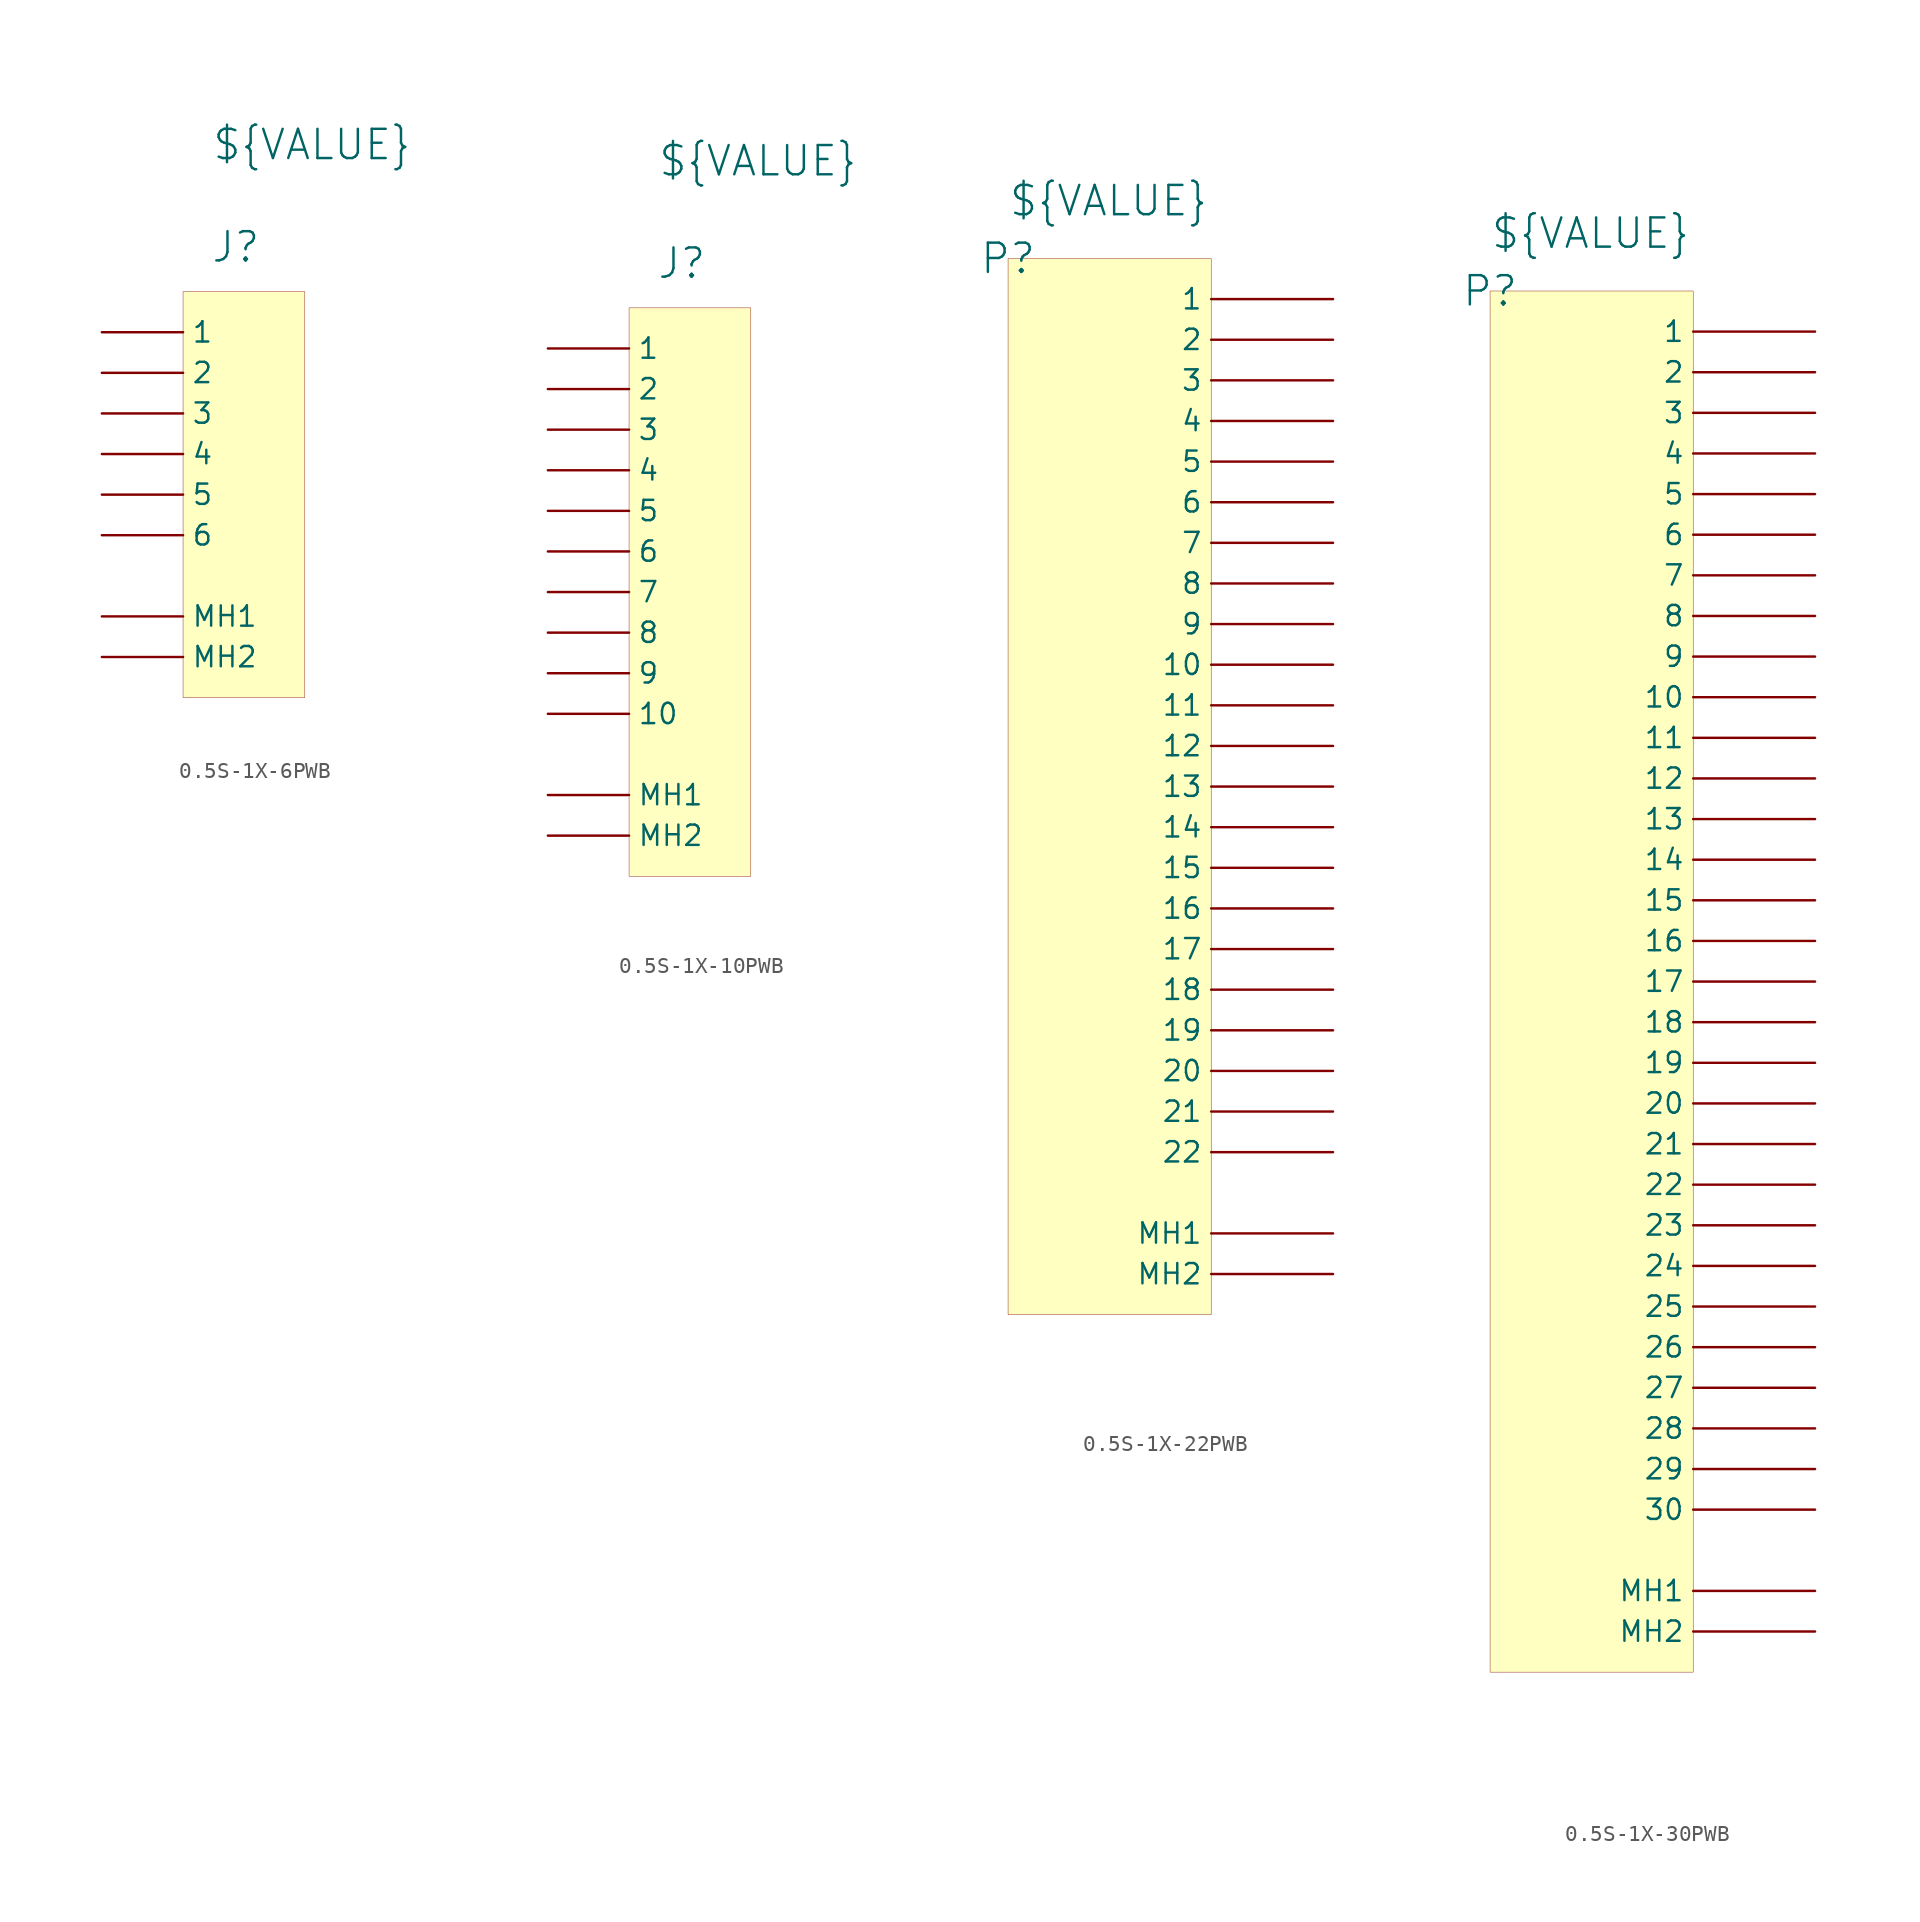
<source format=kicad_sym>
(kicad_symbol_lib
  (version 20241209)
  (generator "kicad_symbol_editor")
  (generator_version "9.0")
  (symbol "0.5S-1X-6PWB"
    (pin_numbers
      (hide yes))
    (property "Reference" "J"
      (at 3.302 2.794 0)
      (effects (font (size 1.829 1.829))))
    (property "Value" "${VALUE}"
      (at 1.778 8.128 0)
      (effects (font (size 1.829 1.829)) (justify left bottom)))
    (symbol "0.5S-1X-6PWB_1_0"
      (rectangle (start 7.62 0) (end 0 -25.4) (stroke (width 0.025) (type solid) (color 128 0 0 1)) (fill (type background)))
      (pin passive line (at -5.08 -2.54 0) (length 5.08) (name "1" (effects (font (size 1.27 1.27)))) (number "1" (effects (font (size 1.27 1.27)))))
      (pin passive line (at -5.08 -5.08 0) (length 5.08) (name "2" (effects (font (size 1.27 1.27)))) (number "2" (effects (font (size 1.27 1.27)))))
      (pin passive line (at -5.08 -7.62 0) (length 5.08) (name "3" (effects (font (size 1.27 1.27)))) (number "3" (effects (font (size 1.27 1.27)))))
      (pin passive line (at -5.08 -10.16 0) (length 5.08) (name "4" (effects (font (size 1.27 1.27)))) (number "4" (effects (font (size 1.27 1.27)))))
      (pin passive line (at -5.08 -12.7 0) (length 5.08) (name "5" (effects (font (size 1.27 1.27)))) (number "5" (effects (font (size 1.27 1.27)))))
      (pin passive line (at -5.08 -15.24 0) (length 5.08) (name "6" (effects (font (size 1.27 1.27)))) (number "6" (effects (font (size 1.27 1.27)))))
      (pin passive line (at -5.08 -20.32 0) (length 5.08) (name "MH1" (effects (font (size 1.27 1.27)))) (number "MH1" (effects (font (size 1.27 1.27)))))
      (pin passive line (at -5.08 -22.86 0) (length 5.08) (name "MH2" (effects (font (size 1.27 1.27)))) (number "MH2" (effects (font (size 1.27 1.27)))))))
  (symbol "0.5S-1X-10PWB"
    (pin_numbers
      (hide yes))
    (property "Reference" "J"
      (at 3.302 2.794 0)
      (effects (font (size 1.829 1.829))))
    (property "Value" "${VALUE}"
      (at 1.778 8.128 0)
      (effects (font (size 1.829 1.829)) (justify left bottom)))
    (symbol "0.5S-1X-10PWB_1_0"
      (rectangle (start 7.62 0) (end 0 -35.56) (stroke (width 0.025) (type solid) (color 128 0 0 1)) (fill (type background)))
      (pin passive line (at -5.08 -2.54 0) (length 5.08) (name "1" (effects (font (size 1.27 1.27)))) (number "1" (effects (font (size 1.27 1.27)))))
      (pin passive line (at -5.08 -5.08 0) (length 5.08) (name "2" (effects (font (size 1.27 1.27)))) (number "2" (effects (font (size 1.27 1.27)))))
      (pin passive line (at -5.08 -7.62 0) (length 5.08) (name "3" (effects (font (size 1.27 1.27)))) (number "3" (effects (font (size 1.27 1.27)))))
      (pin passive line (at -5.08 -10.16 0) (length 5.08) (name "4" (effects (font (size 1.27 1.27)))) (number "4" (effects (font (size 1.27 1.27)))))
      (pin passive line (at -5.08 -12.7 0) (length 5.08) (name "5" (effects (font (size 1.27 1.27)))) (number "5" (effects (font (size 1.27 1.27)))))
      (pin passive line (at -5.08 -15.24 0) (length 5.08) (name "6" (effects (font (size 1.27 1.27)))) (number "6" (effects (font (size 1.27 1.27)))))
      (pin passive line (at -5.08 -17.78 0) (length 5.08) (name "7" (effects (font (size 1.27 1.27)))) (number "7" (effects (font (size 1.27 1.27)))))
      (pin passive line (at -5.08 -20.32 0) (length 5.08) (name "8" (effects (font (size 1.27 1.27)))) (number "8" (effects (font (size 1.27 1.27)))))
      (pin passive line (at -5.08 -22.86 0) (length 5.08) (name "9" (effects (font (size 1.27 1.27)))) (number "9" (effects (font (size 1.27 1.27)))))
      (pin passive line (at -5.08 -25.4 0) (length 5.08) (name "10" (effects (font (size 1.27 1.27)))) (number "10" (effects (font (size 1.27 1.27)))))
      (pin passive line (at -5.08 -30.48 0) (length 5.08) (name "MH1" (effects (font (size 1.27 1.27)))) (number "MH1" (effects (font (size 1.27 1.27)))))
      (pin passive line (at -5.08 -33.02 0) (length 5.08) (name "MH2" (effects (font (size 1.27 1.27)))) (number "MH2" (effects (font (size 1.27 1.27)))))))
  (symbol "0.5S-1X-22PWB"
    (pin_numbers
      (hide yes))
    (property "Reference" "P"
      (at 0 0 0)
      (effects (font (size 1.829 1.829))))
    (property "Value" "${VALUE}"
      (at 0 2.54 0)
      (effects (font (size 1.829 1.829)) (justify left bottom)))
    (symbol "0.5S-1X-22PWB_1_0"
      (rectangle (start 12.7 0) (end 0 -66.04) (stroke (width 0.025) (type solid) (color 128 0 0 1)) (fill (type background)))
      (pin passive line (at 20.32 -2.54 180) (length 7.62) (name "1" (effects (font (size 1.27 1.27)))) (number "1" (effects (font (size 1.27 1.27)))))
      (pin passive line (at 20.32 -5.08 180) (length 7.62) (name "2" (effects (font (size 1.27 1.27)))) (number "2" (effects (font (size 1.27 1.27)))))
      (pin passive line (at 20.32 -7.62 180) (length 7.62) (name "3" (effects (font (size 1.27 1.27)))) (number "3" (effects (font (size 1.27 1.27)))))
      (pin passive line (at 20.32 -10.16 180) (length 7.62) (name "4" (effects (font (size 1.27 1.27)))) (number "4" (effects (font (size 1.27 1.27)))))
      (pin passive line (at 20.32 -12.7 180) (length 7.62) (name "5" (effects (font (size 1.27 1.27)))) (number "5" (effects (font (size 1.27 1.27)))))
      (pin passive line (at 20.32 -15.24 180) (length 7.62) (name "6" (effects (font (size 1.27 1.27)))) (number "6" (effects (font (size 1.27 1.27)))))
      (pin passive line (at 20.32 -17.78 180) (length 7.62) (name "7" (effects (font (size 1.27 1.27)))) (number "7" (effects (font (size 1.27 1.27)))))
      (pin passive line (at 20.32 -20.32 180) (length 7.62) (name "8" (effects (font (size 1.27 1.27)))) (number "8" (effects (font (size 1.27 1.27)))))
      (pin passive line (at 20.32 -22.86 180) (length 7.62) (name "9" (effects (font (size 1.27 1.27)))) (number "9" (effects (font (size 1.27 1.27)))))
      (pin passive line (at 20.32 -25.4 180) (length 7.62) (name "10" (effects (font (size 1.27 1.27)))) (number "10" (effects (font (size 1.27 1.27)))))
      (pin passive line (at 20.32 -27.94 180) (length 7.62) (name "11" (effects (font (size 1.27 1.27)))) (number "11" (effects (font (size 1.27 1.27)))))
      (pin passive line (at 20.32 -30.48 180) (length 7.62) (name "12" (effects (font (size 1.27 1.27)))) (number "12" (effects (font (size 1.27 1.27)))))
      (pin passive line (at 20.32 -33.02 180) (length 7.62) (name "13" (effects (font (size 1.27 1.27)))) (number "13" (effects (font (size 1.27 1.27)))))
      (pin passive line (at 20.32 -35.56 180) (length 7.62) (name "14" (effects (font (size 1.27 1.27)))) (number "14" (effects (font (size 1.27 1.27)))))
      (pin passive line (at 20.32 -38.1 180) (length 7.62) (name "15" (effects (font (size 1.27 1.27)))) (number "15" (effects (font (size 1.27 1.27)))))
      (pin passive line (at 20.32 -40.64 180) (length 7.62) (name "16" (effects (font (size 1.27 1.27)))) (number "16" (effects (font (size 1.27 1.27)))))
      (pin passive line (at 20.32 -43.18 180) (length 7.62) (name "17" (effects (font (size 1.27 1.27)))) (number "17" (effects (font (size 1.27 1.27)))))
      (pin passive line (at 20.32 -45.72 180) (length 7.62) (name "18" (effects (font (size 1.27 1.27)))) (number "18" (effects (font (size 1.27 1.27)))))
      (pin passive line (at 20.32 -48.26 180) (length 7.62) (name "19" (effects (font (size 1.27 1.27)))) (number "19" (effects (font (size 1.27 1.27)))))
      (pin passive line (at 20.32 -50.8 180) (length 7.62) (name "20" (effects (font (size 1.27 1.27)))) (number "20" (effects (font (size 1.27 1.27)))))
      (pin passive line (at 20.32 -53.34 180) (length 7.62) (name "21" (effects (font (size 1.27 1.27)))) (number "21" (effects (font (size 1.27 1.27)))))
      (pin passive line (at 20.32 -55.88 180) (length 7.62) (name "22" (effects (font (size 1.27 1.27)))) (number "22" (effects (font (size 1.27 1.27)))))
      (pin passive line (at 20.32 -60.96 180) (length 7.62) (name "MH1" (effects (font (size 1.27 1.27)))) (number "MH1" (effects (font (size 1.27 1.27)))))
      (pin passive line (at 20.32 -63.5 180) (length 7.62) (name "MH2" (effects (font (size 1.27 1.27)))) (number "MH2" (effects (font (size 1.27 1.27)))))))
  (symbol "0.5S-1X-30PWB"
    (pin_numbers
      (hide yes))
    (property "Reference" "P"
      (at 0 0 0)
      (effects (font (size 1.829 1.829))))
    (property "Value" "${VALUE}"
      (at 0 2.54 0)
      (effects (font (size 1.829 1.829)) (justify left bottom)))
    (symbol "0.5S-1X-30PWB_1_0"
      (rectangle (start 12.7 0) (end 0 -86.36) (stroke (width 0.025) (type solid) (color 128 0 0 1)) (fill (type background)))
      (pin passive line (at 20.32 -2.54 180) (length 7.62) (name "1" (effects (font (size 1.27 1.27)))) (number "1" (effects (font (size 1.27 1.27)))))
      (pin passive line (at 20.32 -5.08 180) (length 7.62) (name "2" (effects (font (size 1.27 1.27)))) (number "2" (effects (font (size 1.27 1.27)))))
      (pin passive line (at 20.32 -7.62 180) (length 7.62) (name "3" (effects (font (size 1.27 1.27)))) (number "3" (effects (font (size 1.27 1.27)))))
      (pin passive line (at 20.32 -10.16 180) (length 7.62) (name "4" (effects (font (size 1.27 1.27)))) (number "4" (effects (font (size 1.27 1.27)))))
      (pin passive line (at 20.32 -12.7 180) (length 7.62) (name "5" (effects (font (size 1.27 1.27)))) (number "5" (effects (font (size 1.27 1.27)))))
      (pin passive line (at 20.32 -15.24 180) (length 7.62) (name "6" (effects (font (size 1.27 1.27)))) (number "6" (effects (font (size 1.27 1.27)))))
      (pin passive line (at 20.32 -17.78 180) (length 7.62) (name "7" (effects (font (size 1.27 1.27)))) (number "7" (effects (font (size 1.27 1.27)))))
      (pin passive line (at 20.32 -20.32 180) (length 7.62) (name "8" (effects (font (size 1.27 1.27)))) (number "8" (effects (font (size 1.27 1.27)))))
      (pin passive line (at 20.32 -22.86 180) (length 7.62) (name "9" (effects (font (size 1.27 1.27)))) (number "9" (effects (font (size 1.27 1.27)))))
      (pin passive line (at 20.32 -25.4 180) (length 7.62) (name "10" (effects (font (size 1.27 1.27)))) (number "10" (effects (font (size 1.27 1.27)))))
      (pin passive line (at 20.32 -27.94 180) (length 7.62) (name "11" (effects (font (size 1.27 1.27)))) (number "11" (effects (font (size 1.27 1.27)))))
      (pin passive line (at 20.32 -30.48 180) (length 7.62) (name "12" (effects (font (size 1.27 1.27)))) (number "12" (effects (font (size 1.27 1.27)))))
      (pin passive line (at 20.32 -33.02 180) (length 7.62) (name "13" (effects (font (size 1.27 1.27)))) (number "13" (effects (font (size 1.27 1.27)))))
      (pin passive line (at 20.32 -35.56 180) (length 7.62) (name "14" (effects (font (size 1.27 1.27)))) (number "14" (effects (font (size 1.27 1.27)))))
      (pin passive line (at 20.32 -38.1 180) (length 7.62) (name "15" (effects (font (size 1.27 1.27)))) (number "15" (effects (font (size 1.27 1.27)))))
      (pin passive line (at 20.32 -40.64 180) (length 7.62) (name "16" (effects (font (size 1.27 1.27)))) (number "16" (effects (font (size 1.27 1.27)))))
      (pin passive line (at 20.32 -43.18 180) (length 7.62) (name "17" (effects (font (size 1.27 1.27)))) (number "17" (effects (font (size 1.27 1.27)))))
      (pin passive line (at 20.32 -45.72 180) (length 7.62) (name "18" (effects (font (size 1.27 1.27)))) (number "18" (effects (font (size 1.27 1.27)))))
      (pin passive line (at 20.32 -48.26 180) (length 7.62) (name "19" (effects (font (size 1.27 1.27)))) (number "19" (effects (font (size 1.27 1.27)))))
      (pin passive line (at 20.32 -50.8 180) (length 7.62) (name "20" (effects (font (size 1.27 1.27)))) (number "20" (effects (font (size 1.27 1.27)))))
      (pin passive line (at 20.32 -53.34 180) (length 7.62) (name "21" (effects (font (size 1.27 1.27)))) (number "21" (effects (font (size 1.27 1.27)))))
      (pin passive line (at 20.32 -55.88 180) (length 7.62) (name "22" (effects (font (size 1.27 1.27)))) (number "22" (effects (font (size 1.27 1.27)))))
      (pin passive line (at 20.32 -58.42 180) (length 7.62) (name "23" (effects (font (size 1.27 1.27)))) (number "23" (effects (font (size 1.27 1.27)))))
      (pin passive line (at 20.32 -60.96 180) (length 7.62) (name "24" (effects (font (size 1.27 1.27)))) (number "24" (effects (font (size 1.27 1.27)))))
      (pin passive line (at 20.32 -63.5 180) (length 7.62) (name "25" (effects (font (size 1.27 1.27)))) (number "25" (effects (font (size 1.27 1.27)))))
      (pin passive line (at 20.32 -66.04 180) (length 7.62) (name "26" (effects (font (size 1.27 1.27)))) (number "26" (effects (font (size 1.27 1.27)))))
      (pin passive line (at 20.32 -68.58 180) (length 7.62) (name "27" (effects (font (size 1.27 1.27)))) (number "27" (effects (font (size 1.27 1.27)))))
      (pin passive line (at 20.32 -71.12 180) (length 7.62) (name "28" (effects (font (size 1.27 1.27)))) (number "28" (effects (font (size 1.27 1.27)))))
      (pin passive line (at 20.32 -73.66 180) (length 7.62) (name "29" (effects (font (size 1.27 1.27)))) (number "29" (effects (font (size 1.27 1.27)))))
      (pin passive line (at 20.32 -76.2 180) (length 7.62) (name "30" (effects (font (size 1.27 1.27)))) (number "30" (effects (font (size 1.27 1.27)))))
      (pin passive line (at 20.32 -81.28 180) (length 7.62) (name "MH1" (effects (font (size 1.27 1.27)))) (number "MH1" (effects (font (size 1.27 1.27)))))
      (pin passive line (at 20.32 -83.82 180) (length 7.62) (name "MH2" (effects (font (size 1.27 1.27)))) (number "MH2" (effects (font (size 1.27 1.27))))))))
</source>
